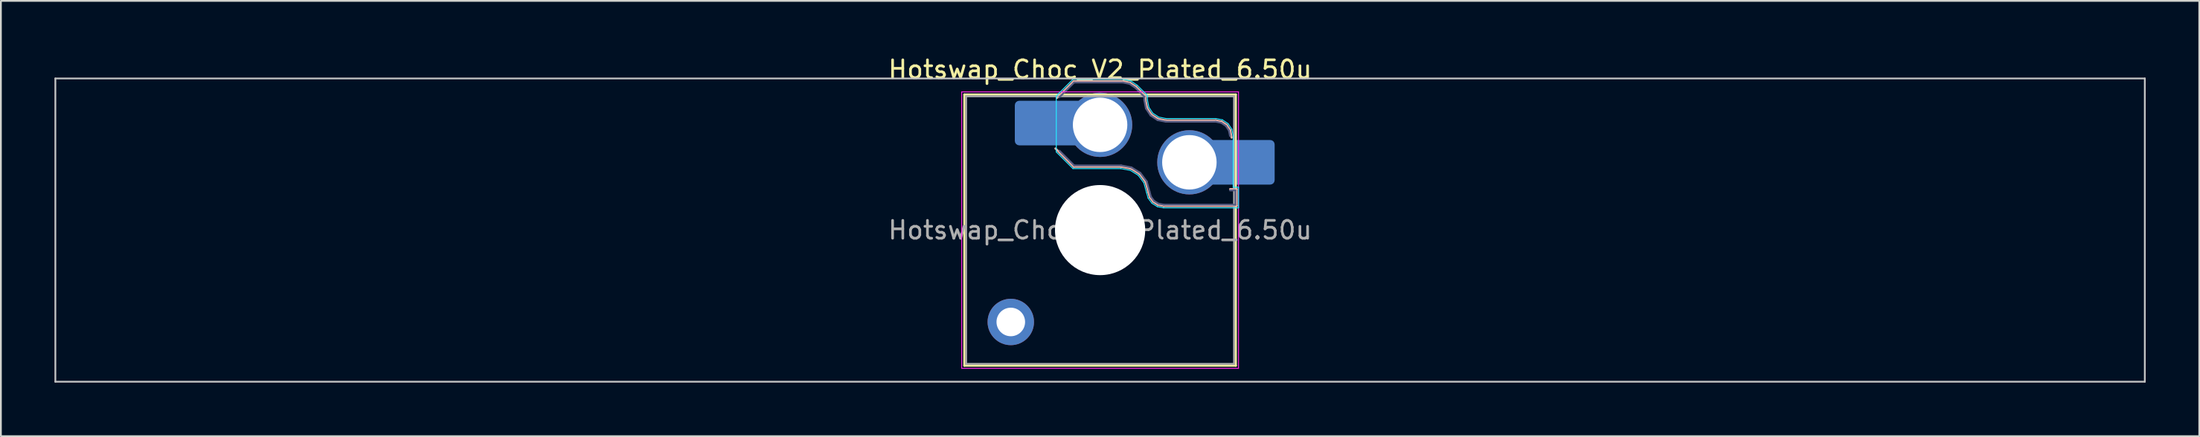
<source format=kicad_pcb>
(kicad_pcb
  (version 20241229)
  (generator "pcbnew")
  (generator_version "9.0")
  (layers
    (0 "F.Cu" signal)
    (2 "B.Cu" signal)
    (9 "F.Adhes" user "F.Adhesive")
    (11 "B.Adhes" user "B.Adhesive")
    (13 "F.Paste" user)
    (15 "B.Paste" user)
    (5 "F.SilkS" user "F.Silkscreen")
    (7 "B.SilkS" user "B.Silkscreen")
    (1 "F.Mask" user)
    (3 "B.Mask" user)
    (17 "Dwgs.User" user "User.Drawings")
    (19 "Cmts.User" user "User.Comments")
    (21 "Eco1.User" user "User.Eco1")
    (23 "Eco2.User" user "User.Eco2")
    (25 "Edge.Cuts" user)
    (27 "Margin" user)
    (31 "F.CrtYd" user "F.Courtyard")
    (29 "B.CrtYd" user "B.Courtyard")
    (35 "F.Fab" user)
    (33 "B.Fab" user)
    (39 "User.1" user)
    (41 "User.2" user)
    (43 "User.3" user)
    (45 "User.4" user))
  (footprint "Hotswap_Choc_V2_Plated_6.50u"
    (layer "F.Cu")
    (at 58.55 9.848)
    (property "Reference" "Hotswap_Choc_V2_Plated_6.50u" (at 0 -9 0) (layer "F.SilkS") (effects (font (size 1 1) (thickness 0.15))))
    (attr smd)
    (fp_line (start -7.6 -7.6) (end -7.6 7.6) (stroke (width 0.12) (type solid)) (layer "F.SilkS"))
    (fp_line (start -7.6 7.6) (end 7.6 7.6) (stroke (width 0.12) (type solid)) (layer "F.SilkS"))
    (fp_line (start 7.6 -7.6) (end -7.6 -7.6) (stroke (width 0.12) (type solid)) (layer "F.SilkS"))
    (fp_line (start 7.6 7.6) (end 7.6 -7.6) (stroke (width 0.12) (type solid)) (layer "F.SilkS"))
    (fp_line (start -2.416 -7.409) (end -1.479 -8.346) (stroke (width 0.12) (type solid)) (layer "B.SilkS"))
    (fp_line (start -1.479 -8.346) (end 1.268 -8.346) (stroke (width 0.12) (type solid)) (layer "B.SilkS"))
    (fp_line (start -1.479 -3.554) (end -2.5 -4.575) (stroke (width 0.12) (type solid)) (layer "B.SilkS"))
    (fp_line (start 1.168 -3.554) (end -1.479 -3.554) (stroke (width 0.12) (type solid)) (layer "B.SilkS"))
    (fp_line (start 1.268 -8.346) (end 1.671 -8.266) (stroke (width 0.12) (type solid)) (layer "B.SilkS"))
    (fp_line (start 1.671 -8.266) (end 2.013 -8.037) (stroke (width 0.12) (type solid)) (layer "B.SilkS"))
    (fp_line (start 1.73 -3.449) (end 1.168 -3.554) (stroke (width 0.12) (type solid)) (layer "B.SilkS"))
    (fp_line (start 2.013 -8.037) (end 2.546 -7.504) (stroke (width 0.12) (type solid)) (layer "B.SilkS"))
    (fp_line (start 2.209 -3.15) (end 1.73 -3.449) (stroke (width 0.12) (type solid)) (layer "B.SilkS"))
    (fp_line (start 2.546 -7.504) (end 2.546 -7.282) (stroke (width 0.12) (type solid)) (layer "B.SilkS"))
    (fp_line (start 2.546 -7.282) (end 2.633 -6.844) (stroke (width 0.12) (type solid)) (layer "B.SilkS"))
    (fp_line (start 2.547 -2.697) (end 2.209 -3.15) (stroke (width 0.12) (type solid)) (layer "B.SilkS"))
    (fp_line (start 2.633 -6.844) (end 2.877 -6.477) (stroke (width 0.12) (type solid)) (layer "B.SilkS"))
    (fp_line (start 2.701 -2.139) (end 2.547 -2.697) (stroke (width 0.12) (type solid)) (layer "B.SilkS"))
    (fp_line (start 2.783 -1.841) (end 2.701 -2.139) (stroke (width 0.12) (type solid)) (layer "B.SilkS"))
    (fp_line (start 2.877 -6.477) (end 3.244 -6.233) (stroke (width 0.12) (type solid)) (layer "B.SilkS"))
    (fp_line (start 2.976 -1.583) (end 2.783 -1.841) (stroke (width 0.12) (type solid)) (layer "B.SilkS"))
    (fp_line (start 3.244 -6.233) (end 3.682 -6.146) (stroke (width 0.12) (type solid)) (layer "B.SilkS"))
    (fp_line (start 3.25 -1.413) (end 2.976 -1.583) (stroke (width 0.12) (type solid)) (layer "B.SilkS"))
    (fp_line (start 3.56 -1.354) (end 3.25 -1.413) (stroke (width 0.12) (type solid)) (layer "B.SilkS"))
    (fp_line (start 3.682 -6.146) (end 6.482 -6.146) (stroke (width 0.12) (type solid)) (layer "B.SilkS"))
    (fp_line (start 6.482 -6.146) (end 6.809 -6.081) (stroke (width 0.12) (type solid)) (layer "B.SilkS"))
    (fp_line (start 6.809 -6.081) (end 7.092 -5.892) (stroke (width 0.12) (type solid)) (layer "B.SilkS"))
    (fp_line (start 7.092 -5.892) (end 7.281 -5.609) (stroke (width 0.12) (type solid)) (layer "B.SilkS"))
    (fp_line (start 7.281 -5.609) (end 7.366 -5.182) (stroke (width 0.12) (type solid)) (layer "B.SilkS"))
    (fp_line (start 7.283 -2.296) (end 7.646 -2.296) (stroke (width 0.12) (type solid)) (layer "B.SilkS"))
    (fp_line (start 7.646 -2.296) (end 7.646 -1.354) (stroke (width 0.12) (type solid)) (layer "B.SilkS"))
    (fp_line (start 7.646 -1.354) (end 3.56 -1.354) (stroke (width 0.12) (type solid)) (layer "B.SilkS"))
    (fp_line (start -58.5 -8.5) (end -58.5 8.5) (stroke (width 0.1) (type solid)) (layer "Dwgs.User"))
    (fp_line (start -58.5 8.5) (end 58.5 8.5) (stroke (width 0.1) (type solid)) (layer "Dwgs.User"))
    (fp_line (start 58.5 -8.5) (end -58.5 -8.5) (stroke (width 0.1) (type solid)) (layer "Dwgs.User"))
    (fp_line (start 58.5 8.5) (end 58.5 -8.5) (stroke (width 0.1) (type solid)) (layer "Dwgs.User"))
    (fp_line (start -7.25 -7.25) (end -7.25 7.25) (stroke (width 0.1) (type solid)) (layer "Eco1.User"))
    (fp_line (start -7.25 7.25) (end 7.25 7.25) (stroke (width 0.1) (type solid)) (layer "Eco1.User"))
    (fp_line (start 7.25 -7.25) (end -7.25 -7.25) (stroke (width 0.1) (type solid)) (layer "Eco1.User"))
    (fp_line (start 7.25 7.25) (end 7.25 -7.25) (stroke (width 0.1) (type solid)) (layer "Eco1.User"))
    (fp_line (start -2.452 -7.523) (end -1.523 -8.452) (stroke (width 0.05) (type solid)) (layer "B.CrtYd"))
    (fp_line (start -2.452 -4.377) (end -2.452 -7.523) (stroke (width 0.05) (type solid)) (layer "B.CrtYd"))
    (fp_line (start -1.523 -8.452) (end 1.278 -8.452) (stroke (width 0.05) (type solid)) (layer "B.CrtYd"))
    (fp_line (start -1.523 -3.448) (end -2.452 -4.377) (stroke (width 0.05) (type solid)) (layer "B.CrtYd"))
    (fp_line (start 1.159 -3.448) (end -1.523 -3.448) (stroke (width 0.05) (type solid)) (layer "B.CrtYd"))
    (fp_line (start 1.278 -8.452) (end 1.712 -8.366) (stroke (width 0.05) (type solid)) (layer "B.CrtYd"))
    (fp_line (start 1.691 -3.348) (end 1.159 -3.448) (stroke (width 0.05) (type solid)) (layer "B.CrtYd"))
    (fp_line (start 1.712 -8.366) (end 2.081 -8.119) (stroke (width 0.05) (type solid)) (layer "B.CrtYd"))
    (fp_line (start 2.081 -8.119) (end 2.652 -7.548) (stroke (width 0.05) (type solid)) (layer "B.CrtYd"))
    (fp_line (start 2.136 -3.071) (end 1.691 -3.348) (stroke (width 0.05) (type solid)) (layer "B.CrtYd"))
    (fp_line (start 2.45 -2.65) (end 2.136 -3.071) (stroke (width 0.05) (type solid)) (layer "B.CrtYd"))
    (fp_line (start 2.599 -2.111) (end 2.45 -2.65) (stroke (width 0.05) (type solid)) (layer "B.CrtYd"))
    (fp_line (start 2.652 -7.548) (end 2.652 -7.292) (stroke (width 0.05) (type solid)) (layer "B.CrtYd"))
    (fp_line (start 2.652 -7.292) (end 2.733 -6.885) (stroke (width 0.05) (type solid)) (layer "B.CrtYd"))
    (fp_line (start 2.687 -1.794) (end 2.599 -2.111) (stroke (width 0.05) (type solid)) (layer "B.CrtYd"))
    (fp_line (start 2.733 -6.885) (end 2.953 -6.553) (stroke (width 0.05) (type solid)) (layer "B.CrtYd"))
    (fp_line (start 2.903 -1.503) (end 2.687 -1.794) (stroke (width 0.05) (type solid)) (layer "B.CrtYd"))
    (fp_line (start 2.953 -6.553) (end 3.285 -6.333) (stroke (width 0.05) (type solid)) (layer "B.CrtYd"))
    (fp_line (start 3.211 -1.312) (end 2.903 -1.503) (stroke (width 0.05) (type solid)) (layer "B.CrtYd"))
    (fp_line (start 3.285 -6.333) (end 3.692 -6.252) (stroke (width 0.05) (type solid)) (layer "B.CrtYd"))
    (fp_line (start 3.55 -1.248) (end 3.211 -1.312) (stroke (width 0.05) (type solid)) (layer "B.CrtYd"))
    (fp_line (start 3.692 -6.252) (end 6.492 -6.252) (stroke (width 0.05) (type solid)) (layer "B.CrtYd"))
    (fp_line (start 6.492 -6.252) (end 6.85 -6.181) (stroke (width 0.05) (type solid)) (layer "B.CrtYd"))
    (fp_line (start 6.85 -6.181) (end 7.168 -5.968) (stroke (width 0.05) (type solid)) (layer "B.CrtYd"))
    (fp_line (start 7.168 -5.968) (end 7.381 -5.65) (stroke (width 0.05) (type solid)) (layer "B.CrtYd"))
    (fp_line (start 7.381 -5.65) (end 7.452 -5.292) (stroke (width 0.05) (type solid)) (layer "B.CrtYd"))
    (fp_line (start 7.452 -5.292) (end 7.452 -2.402) (stroke (width 0.05) (type solid)) (layer "B.CrtYd"))
    (fp_line (start 7.452 -2.402) (end 7.752 -2.402) (stroke (width 0.05) (type solid)) (layer "B.CrtYd"))
    (fp_line (start 7.752 -2.402) (end 7.752 -1.248) (stroke (width 0.05) (type solid)) (layer "B.CrtYd"))
    (fp_line (start 7.752 -1.248) (end 3.55 -1.248) (stroke (width 0.05) (type solid)) (layer "B.CrtYd"))
    (fp_line (start -7.75 -7.75) (end -7.75 7.75) (stroke (width 0.05) (type solid)) (layer "F.CrtYd"))
    (fp_line (start -7.75 7.75) (end 7.75 7.75) (stroke (width 0.05) (type solid)) (layer "F.CrtYd"))
    (fp_line (start 7.75 -7.75) (end -7.75 -7.75) (stroke (width 0.05) (type solid)) (layer "F.CrtYd"))
    (fp_line (start 7.75 7.75) (end 7.75 -7.75) (stroke (width 0.05) (type solid)) (layer "F.CrtYd"))
    (fp_line (start -2.275 -7.45) (end -1.45 -8.275) (stroke (width 0.1) (type solid)) (layer "B.Fab"))
    (fp_line (start -1.45 -8.275) (end 1.261 -8.275) (stroke (width 0.1) (type solid)) (layer "B.Fab"))
    (fp_line (start -1.45 -3.625) (end -2.275 -4.45) (stroke (width 0.1) (type solid)) (layer "B.Fab"))
    (fp_line (start 1.175 -3.625) (end -1.45 -3.625) (stroke (width 0.1) (type solid)) (layer "B.Fab"))
    (fp_line (start 1.261 -8.275) (end 1.643 -8.199) (stroke (width 0.1) (type solid)) (layer "B.Fab"))
    (fp_line (start 1.643 -8.199) (end 1.968 -7.982) (stroke (width 0.1) (type solid)) (layer "B.Fab"))
    (fp_line (start 1.756 -3.516) (end 1.175 -3.625) (stroke (width 0.1) (type solid)) (layer "B.Fab"))
    (fp_line (start 1.968 -7.982) (end 2.475 -7.475) (stroke (width 0.1) (type solid)) (layer "B.Fab"))
    (fp_line (start 2.258 -3.203) (end 1.756 -3.516) (stroke (width 0.1) (type solid)) (layer "B.Fab"))
    (fp_line (start 2.475 -7.475) (end 2.475 -7.275) (stroke (width 0.1) (type solid)) (layer "B.Fab"))
    (fp_line (start 2.475 -7.275) (end 2.566 -6.816) (stroke (width 0.1) (type solid)) (layer "B.Fab"))
    (fp_line (start 2.566 -6.816) (end 2.826 -6.426) (stroke (width 0.1) (type solid)) (layer "B.Fab"))
    (fp_line (start 2.612 -2.729) (end 2.258 -3.203) (stroke (width 0.1) (type solid)) (layer "B.Fab"))
    (fp_line (start 2.769 -2.158) (end 2.612 -2.729) (stroke (width 0.1) (type solid)) (layer "B.Fab"))
    (fp_line (start 2.826 -6.426) (end 3.216 -6.166) (stroke (width 0.1) (type solid)) (layer "B.Fab"))
    (fp_line (start 2.848 -1.873) (end 2.769 -2.158) (stroke (width 0.1) (type solid)) (layer "B.Fab"))
    (fp_line (start 3.025 -1.636) (end 2.848 -1.873) (stroke (width 0.1) (type solid)) (layer "B.Fab"))
    (fp_line (start 3.216 -6.166) (end 3.675 -6.075) (stroke (width 0.1) (type solid)) (layer "B.Fab"))
    (fp_line (start 3.276 -1.48) (end 3.025 -1.636) (stroke (width 0.1) (type solid)) (layer "B.Fab"))
    (fp_line (start 3.567 -1.425) (end 3.276 -1.48) (stroke (width 0.1) (type solid)) (layer "B.Fab"))
    (fp_line (start 3.675 -6.075) (end 6.475 -6.075) (stroke (width 0.1) (type solid)) (layer "B.Fab"))
    (fp_line (start 6.475 -6.075) (end 6.781 -6.014) (stroke (width 0.1) (type solid)) (layer "B.Fab"))
    (fp_line (start 6.781 -6.014) (end 7.041 -5.841) (stroke (width 0.1) (type solid)) (layer "B.Fab"))
    (fp_line (start 7.041 -5.841) (end 7.214 -5.581) (stroke (width 0.1) (type solid)) (layer "B.Fab"))
    (fp_line (start 7.214 -5.581) (end 7.275 -5.275) (stroke (width 0.1) (type solid)) (layer "B.Fab"))
    (fp_line (start 7.275 -2.225) (end 7.575 -2.225) (stroke (width 0.1) (type solid)) (layer "B.Fab"))
    (fp_line (start 7.575 -2.225) (end 7.575 -1.425) (stroke (width 0.1) (type solid)) (layer "B.Fab"))
    (fp_line (start 7.575 -1.425) (end 3.567 -1.425) (stroke (width 0.1) (type solid)) (layer "B.Fab"))
    (fp_line (start -7.5 -7.5) (end -7.5 7.5) (stroke (width 0.1) (type solid)) (layer "F.Fab"))
    (fp_line (start -7.5 7.5) (end 7.5 7.5) (stroke (width 0.1) (type solid)) (layer "F.Fab"))
    (fp_line (start 7.5 -7.5) (end -7.5 -7.5) (stroke (width 0.1) (type solid)) (layer "F.Fab"))
    (fp_line (start 7.5 7.5) (end 7.5 -7.5) (stroke (width 0.1) (type solid)) (layer "F.Fab"))
    (fp_text user "${REFERENCE}" (at 0 0 0) (layer "F.Fab") (effects (font (size 1 1) (thickness 0.15))))
    (pad "" thru_hole circle (at -5 5.15) (size 2.6 2.6) (drill 1.6) (layers "*.Cu" "*.Mask"))
    (pad "" smd roundrect (at -3.5 -6) (size 2.55 2.5) (layers "B.Mask" "B.Paste") (roundrect_rratio 0.1))
    (pad "" np_thru_hole circle (at 0 0) (size 5.05 5.05) (drill 5.05) (layers "*.Cu" "*.Mask"))
    (pad "" smd roundrect (at 8.5 -3.8) (size 2.55 2.5) (layers "B.Mask" "B.Paste") (roundrect_rratio 0.1))
    (pad "1" smd roundrect (at -2.85 -6) (size 3.85 2.5) (layers "B.Cu") (roundrect_rratio 0.1))
    (pad "1" thru_hole circle (at 0 -5.9) (size 3.6 3.6) (drill 3.05) (layers "*.Cu" "*.Mask"))
    (pad "2" thru_hole circle (at 5 -3.8) (size 3.6 3.6) (drill 3.05) (layers "*.Cu" "*.Mask"))
    (pad "2" smd roundrect (at 7.85 -3.8) (size 3.85 2.5) (layers "B.Cu") (roundrect_rratio 0.1)))
  (gr_rect
    (start -3 -3)
    (end 120.1 21.398)
    (stroke (width 0.1) (type default))
    (fill no)
    (layer "Edge.Cuts")))
</source>
